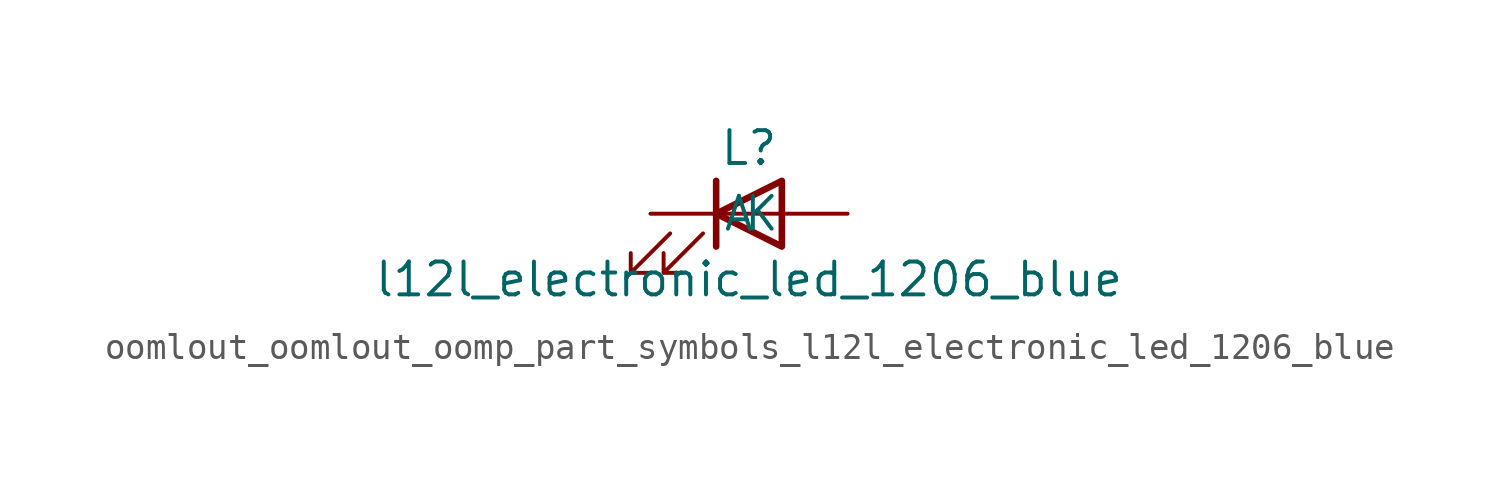
<source format=kicad_sym>
(kicad_symbol_lib
  (version 20220914)
  (generator kicad_symbol_editor)
  (symbol "oomlout_oomlout_oomp_part_symbols_l12l_electronic_led_1206_blue"
    (pin_numbers hide)
    (pin_names
      (offset 1.016))
    (property "Reference" "L"
      (at 0 2.54 0)
      (effects (font (size 1.27 1.27))))
    (property "Value" "l12l_electronic_led_1206_blue"
      (at 0 -2.54 0)
      (effects (font (size 1.27 1.27))))
    (symbol "oomlout_oomlout_oomp_part_symbols_l12l_electronic_led_1206_blue_0_1"
      (polyline (pts (xy -1.27 -1.27) (xy -1.27 1.27)) (stroke (width 0.254) (type default)) (fill (type none)))
      (polyline (pts (xy -1.27 0) (xy 1.27 0)) (stroke (width 0) (type default)) (fill (type none)))
      (polyline (pts (xy 1.27 -1.27) (xy 1.27 1.27) (xy -1.27 0) (xy 1.27 -1.27)) (stroke (width 0.254) (type default)) (fill (type none)))
      (polyline (pts (xy -3.048 -0.762) (xy -4.572 -2.286) (xy -3.81 -2.286) (xy -4.572 -2.286) (xy -4.572 -1.524)) (stroke (width 0) (type default)) (fill (type none)))
      (polyline (pts (xy -1.778 -0.762) (xy -3.302 -2.286) (xy -2.54 -2.286) (xy -3.302 -2.286) (xy -3.302 -1.524)) (stroke (width 0) (type default)) (fill (type none))))
    (symbol "oomlout_oomlout_oomp_part_symbols_l12l_electronic_led_1206_blue_1_1"
      (pin passive line (at -3.81 0 0) (length 2.54) (name "K" (effects (font (size 1.27 1.27)))) (number "1" (effects (font (size 1.27 1.27)))))
      (pin passive line (at 3.81 0 180) (length 2.54) (name "A" (effects (font (size 1.27 1.27)))) (number "2" (effects (font (size 1.27 1.27))))))))
</source>
